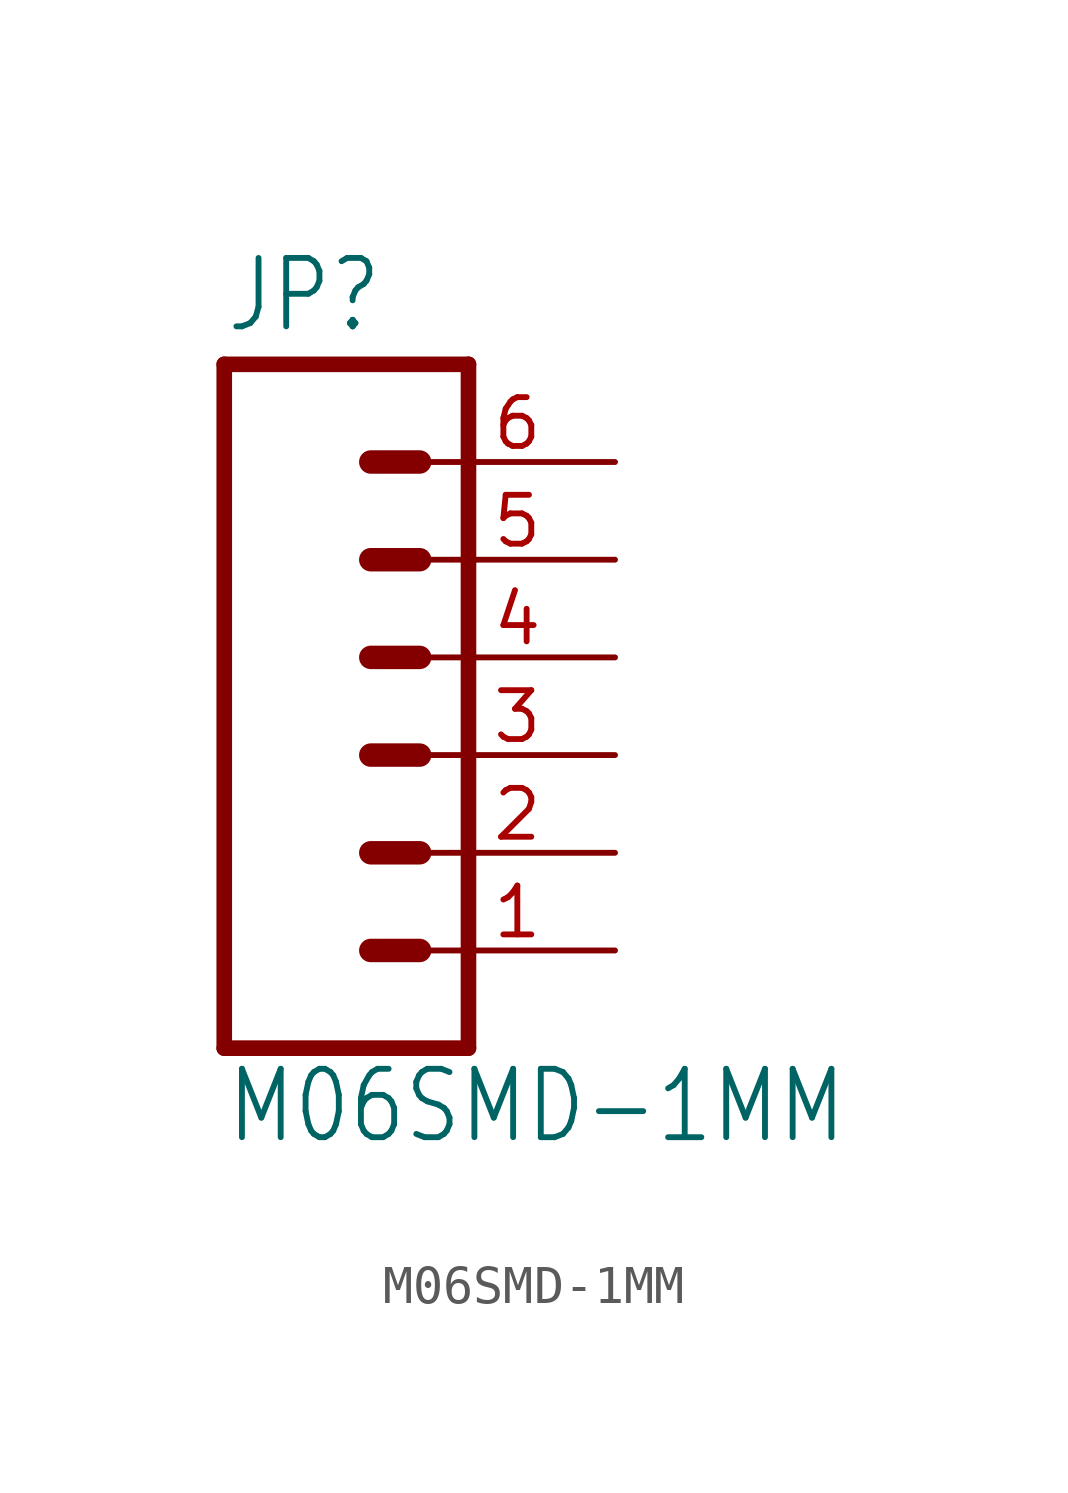
<source format=kicad_sym>
(kicad_symbol_lib
  (version 20211014)
  (generator kicad_symbol_editor)
  (symbol "M06SMD-1MM"
    (property "Reference" "JP"
      (at -5.08 10.922 0)
      (effects (font (size 1.778 1.511)) (justify left bottom)))
    (property "Value" "M06SMD-1MM"
      (at -5.08 -10.16 0)
      (effects (font (size 1.778 1.511)) (justify left bottom)))
    (property "ki_locked" ""
      (at 0 0 0)
      (effects (font (size 1.27 1.27))))
    (symbol "M06SMD-1MM_1_0"
      (polyline (pts (xy -5.08 10.16) (xy -5.08 -7.62)) (stroke (width 0.406) (type default) (color 0 0 0 0)) (fill (type none)))
      (polyline (pts (xy -5.08 10.16) (xy 1.27 10.16)) (stroke (width 0.406) (type default) (color 0 0 0 0)) (fill (type none)))
      (polyline (pts (xy -1.27 -5.08) (xy 0 -5.08)) (stroke (width 0.61) (type default) (color 0 0 0 0)) (fill (type none)))
      (polyline (pts (xy -1.27 -2.54) (xy 0 -2.54)) (stroke (width 0.61) (type default) (color 0 0 0 0)) (fill (type none)))
      (polyline (pts (xy -1.27 0) (xy 0 0)) (stroke (width 0.61) (type default) (color 0 0 0 0)) (fill (type none)))
      (polyline (pts (xy -1.27 2.54) (xy 0 2.54)) (stroke (width 0.61) (type default) (color 0 0 0 0)) (fill (type none)))
      (polyline (pts (xy -1.27 5.08) (xy 0 5.08)) (stroke (width 0.61) (type default) (color 0 0 0 0)) (fill (type none)))
      (polyline (pts (xy -1.27 7.62) (xy 0 7.62)) (stroke (width 0.61) (type default) (color 0 0 0 0)) (fill (type none)))
      (polyline (pts (xy 1.27 -7.62) (xy -5.08 -7.62)) (stroke (width 0.406) (type default) (color 0 0 0 0)) (fill (type none)))
      (polyline (pts (xy 1.27 -7.62) (xy 1.27 10.16)) (stroke (width 0.406) (type default) (color 0 0 0 0)) (fill (type none)))
      (pin passive line (at 5.08 -5.08 180) (length 5.08) (name "1" (effects (font (size 0 0)))) (number "1" (effects (font (size 1.27 1.27)))))
      (pin passive line (at 5.08 -2.54 180) (length 5.08) (name "2" (effects (font (size 0 0)))) (number "2" (effects (font (size 1.27 1.27)))))
      (pin passive line (at 5.08 0 180) (length 5.08) (name "3" (effects (font (size 0 0)))) (number "3" (effects (font (size 1.27 1.27)))))
      (pin passive line (at 5.08 2.54 180) (length 5.08) (name "4" (effects (font (size 0 0)))) (number "4" (effects (font (size 1.27 1.27)))))
      (pin passive line (at 5.08 5.08 180) (length 5.08) (name "5" (effects (font (size 0 0)))) (number "5" (effects (font (size 1.27 1.27)))))
      (pin passive line (at 5.08 7.62 180) (length 5.08) (name "6" (effects (font (size 0 0)))) (number "6" (effects (font (size 1.27 1.27))))))))
</source>
